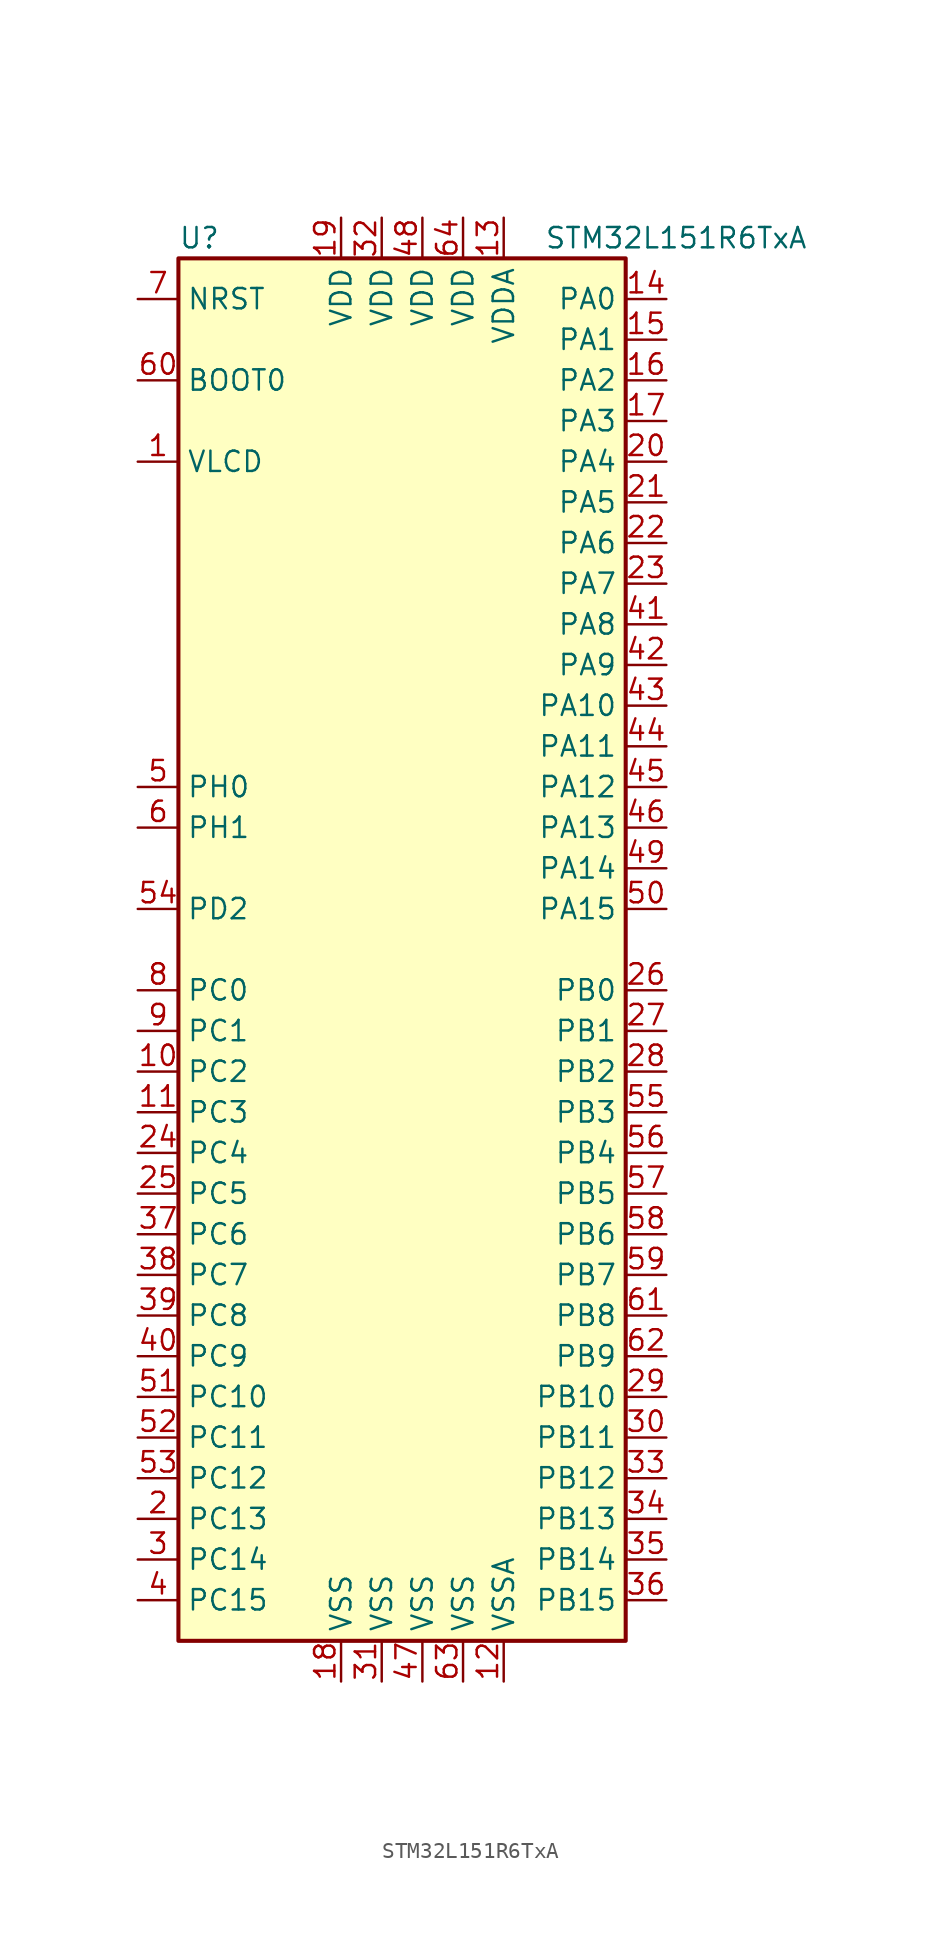
<source format=kicad_sym>
(kicad_symbol_lib
  (version 20201005)
  (generator kicad_symbol_editor)
  (symbol "STM32L151R6TxA"
    (property "Reference" "U"
      (at -15.24 44.45 0)
      (effects (font (size 1.27 1.27)) (justify left)))
    (property "Value" "STM32L151R6TxA"
      (at 7.62 44.45 0)
      (effects (font (size 1.27 1.27)) (justify left)))
    (symbol "STM32L151R6TxA_0_1"
      (rectangle (start -15.24 -43.18) (end 12.7 43.18) (stroke (width 0.254)) (fill (type background))))
    (symbol "STM32L151R6TxA_1_1"
      (pin power_in line (at -17.78 30.48 0) (length 2.54) (name "VLCD" (effects (font (size 1.27 1.27)))) (number "1" (effects (font (size 1.27 1.27)))))
      (pin bidirectional line (at -17.78 -7.62 0) (length 2.54) (name "PC2" (effects (font (size 1.27 1.27)))) (number "10" (effects (font (size 1.27 1.27)))))
      (pin bidirectional line (at -17.78 -10.16 0) (length 2.54) (name "PC3" (effects (font (size 1.27 1.27)))) (number "11" (effects (font (size 1.27 1.27)))))
      (pin power_in line (at 5.08 -45.72 90) (length 2.54) (name "VSSA" (effects (font (size 1.27 1.27)))) (number "12" (effects (font (size 1.27 1.27)))))
      (pin power_in line (at 5.08 45.72 270) (length 2.54) (name "VDDA" (effects (font (size 1.27 1.27)))) (number "13" (effects (font (size 1.27 1.27)))))
      (pin bidirectional line (at 15.24 40.64 180) (length 2.54) (name "PA0" (effects (font (size 1.27 1.27)))) (number "14" (effects (font (size 1.27 1.27)))))
      (pin bidirectional line (at 15.24 38.1 180) (length 2.54) (name "PA1" (effects (font (size 1.27 1.27)))) (number "15" (effects (font (size 1.27 1.27)))))
      (pin bidirectional line (at 15.24 35.56 180) (length 2.54) (name "PA2" (effects (font (size 1.27 1.27)))) (number "16" (effects (font (size 1.27 1.27)))))
      (pin bidirectional line (at 15.24 33.02 180) (length 2.54) (name "PA3" (effects (font (size 1.27 1.27)))) (number "17" (effects (font (size 1.27 1.27)))))
      (pin power_in line (at -5.08 -45.72 90) (length 2.54) (name "VSS" (effects (font (size 1.27 1.27)))) (number "18" (effects (font (size 1.27 1.27)))))
      (pin power_in line (at -5.08 45.72 270) (length 2.54) (name "VDD" (effects (font (size 1.27 1.27)))) (number "19" (effects (font (size 1.27 1.27)))))
      (pin bidirectional line (at -17.78 -35.56 0) (length 2.54) (name "PC13" (effects (font (size 1.27 1.27)))) (number "2" (effects (font (size 1.27 1.27)))))
      (pin bidirectional line (at 15.24 30.48 180) (length 2.54) (name "PA4" (effects (font (size 1.27 1.27)))) (number "20" (effects (font (size 1.27 1.27)))))
      (pin bidirectional line (at 15.24 27.94 180) (length 2.54) (name "PA5" (effects (font (size 1.27 1.27)))) (number "21" (effects (font (size 1.27 1.27)))))
      (pin bidirectional line (at 15.24 25.4 180) (length 2.54) (name "PA6" (effects (font (size 1.27 1.27)))) (number "22" (effects (font (size 1.27 1.27)))))
      (pin bidirectional line (at 15.24 22.86 180) (length 2.54) (name "PA7" (effects (font (size 1.27 1.27)))) (number "23" (effects (font (size 1.27 1.27)))))
      (pin bidirectional line (at -17.78 -12.7 0) (length 2.54) (name "PC4" (effects (font (size 1.27 1.27)))) (number "24" (effects (font (size 1.27 1.27)))))
      (pin bidirectional line (at -17.78 -15.24 0) (length 2.54) (name "PC5" (effects (font (size 1.27 1.27)))) (number "25" (effects (font (size 1.27 1.27)))))
      (pin bidirectional line (at 15.24 -2.54 180) (length 2.54) (name "PB0" (effects (font (size 1.27 1.27)))) (number "26" (effects (font (size 1.27 1.27)))))
      (pin bidirectional line (at 15.24 -5.08 180) (length 2.54) (name "PB1" (effects (font (size 1.27 1.27)))) (number "27" (effects (font (size 1.27 1.27)))))
      (pin bidirectional line (at 15.24 -7.62 180) (length 2.54) (name "PB2" (effects (font (size 1.27 1.27)))) (number "28" (effects (font (size 1.27 1.27)))))
      (pin bidirectional line (at 15.24 -27.94 180) (length 2.54) (name "PB10" (effects (font (size 1.27 1.27)))) (number "29" (effects (font (size 1.27 1.27)))))
      (pin bidirectional line (at -17.78 -38.1 0) (length 2.54) (name "PC14" (effects (font (size 1.27 1.27)))) (number "3" (effects (font (size 1.27 1.27)))))
      (pin bidirectional line (at 15.24 -30.48 180) (length 2.54) (name "PB11" (effects (font (size 1.27 1.27)))) (number "30" (effects (font (size 1.27 1.27)))))
      (pin power_in line (at -2.54 -45.72 90) (length 2.54) (name "VSS" (effects (font (size 1.27 1.27)))) (number "31" (effects (font (size 1.27 1.27)))))
      (pin power_in line (at -2.54 45.72 270) (length 2.54) (name "VDD" (effects (font (size 1.27 1.27)))) (number "32" (effects (font (size 1.27 1.27)))))
      (pin bidirectional line (at 15.24 -33.02 180) (length 2.54) (name "PB12" (effects (font (size 1.27 1.27)))) (number "33" (effects (font (size 1.27 1.27)))))
      (pin bidirectional line (at 15.24 -35.56 180) (length 2.54) (name "PB13" (effects (font (size 1.27 1.27)))) (number "34" (effects (font (size 1.27 1.27)))))
      (pin bidirectional line (at 15.24 -38.1 180) (length 2.54) (name "PB14" (effects (font (size 1.27 1.27)))) (number "35" (effects (font (size 1.27 1.27)))))
      (pin bidirectional line (at 15.24 -40.64 180) (length 2.54) (name "PB15" (effects (font (size 1.27 1.27)))) (number "36" (effects (font (size 1.27 1.27)))))
      (pin bidirectional line (at -17.78 -17.78 0) (length 2.54) (name "PC6" (effects (font (size 1.27 1.27)))) (number "37" (effects (font (size 1.27 1.27)))))
      (pin bidirectional line (at -17.78 -20.32 0) (length 2.54) (name "PC7" (effects (font (size 1.27 1.27)))) (number "38" (effects (font (size 1.27 1.27)))))
      (pin bidirectional line (at -17.78 -22.86 0) (length 2.54) (name "PC8" (effects (font (size 1.27 1.27)))) (number "39" (effects (font (size 1.27 1.27)))))
      (pin bidirectional line (at -17.78 -40.64 0) (length 2.54) (name "PC15" (effects (font (size 1.27 1.27)))) (number "4" (effects (font (size 1.27 1.27)))))
      (pin bidirectional line (at -17.78 -25.4 0) (length 2.54) (name "PC9" (effects (font (size 1.27 1.27)))) (number "40" (effects (font (size 1.27 1.27)))))
      (pin bidirectional line (at 15.24 20.32 180) (length 2.54) (name "PA8" (effects (font (size 1.27 1.27)))) (number "41" (effects (font (size 1.27 1.27)))))
      (pin bidirectional line (at 15.24 17.78 180) (length 2.54) (name "PA9" (effects (font (size 1.27 1.27)))) (number "42" (effects (font (size 1.27 1.27)))))
      (pin bidirectional line (at 15.24 15.24 180) (length 2.54) (name "PA10" (effects (font (size 1.27 1.27)))) (number "43" (effects (font (size 1.27 1.27)))))
      (pin bidirectional line (at 15.24 12.7 180) (length 2.54) (name "PA11" (effects (font (size 1.27 1.27)))) (number "44" (effects (font (size 1.27 1.27)))))
      (pin bidirectional line (at 15.24 10.16 180) (length 2.54) (name "PA12" (effects (font (size 1.27 1.27)))) (number "45" (effects (font (size 1.27 1.27)))))
      (pin bidirectional line (at 15.24 7.62 180) (length 2.54) (name "PA13" (effects (font (size 1.27 1.27)))) (number "46" (effects (font (size 1.27 1.27)))))
      (pin power_in line (at 0 -45.72 90) (length 2.54) (name "VSS" (effects (font (size 1.27 1.27)))) (number "47" (effects (font (size 1.27 1.27)))))
      (pin power_in line (at 0 45.72 270) (length 2.54) (name "VDD" (effects (font (size 1.27 1.27)))) (number "48" (effects (font (size 1.27 1.27)))))
      (pin bidirectional line (at 15.24 5.08 180) (length 2.54) (name "PA14" (effects (font (size 1.27 1.27)))) (number "49" (effects (font (size 1.27 1.27)))))
      (pin input line (at -17.78 10.16 0) (length 2.54) (name "PH0" (effects (font (size 1.27 1.27)))) (number "5" (effects (font (size 1.27 1.27)))))
      (pin bidirectional line (at 15.24 2.54 180) (length 2.54) (name "PA15" (effects (font (size 1.27 1.27)))) (number "50" (effects (font (size 1.27 1.27)))))
      (pin bidirectional line (at -17.78 -27.94 0) (length 2.54) (name "PC10" (effects (font (size 1.27 1.27)))) (number "51" (effects (font (size 1.27 1.27)))))
      (pin bidirectional line (at -17.78 -30.48 0) (length 2.54) (name "PC11" (effects (font (size 1.27 1.27)))) (number "52" (effects (font (size 1.27 1.27)))))
      (pin bidirectional line (at -17.78 -33.02 0) (length 2.54) (name "PC12" (effects (font (size 1.27 1.27)))) (number "53" (effects (font (size 1.27 1.27)))))
      (pin bidirectional line (at -17.78 2.54 0) (length 2.54) (name "PD2" (effects (font (size 1.27 1.27)))) (number "54" (effects (font (size 1.27 1.27)))))
      (pin bidirectional line (at 15.24 -10.16 180) (length 2.54) (name "PB3" (effects (font (size 1.27 1.27)))) (number "55" (effects (font (size 1.27 1.27)))))
      (pin bidirectional line (at 15.24 -12.7 180) (length 2.54) (name "PB4" (effects (font (size 1.27 1.27)))) (number "56" (effects (font (size 1.27 1.27)))))
      (pin bidirectional line (at 15.24 -15.24 180) (length 2.54) (name "PB5" (effects (font (size 1.27 1.27)))) (number "57" (effects (font (size 1.27 1.27)))))
      (pin bidirectional line (at 15.24 -17.78 180) (length 2.54) (name "PB6" (effects (font (size 1.27 1.27)))) (number "58" (effects (font (size 1.27 1.27)))))
      (pin bidirectional line (at 15.24 -20.32 180) (length 2.54) (name "PB7" (effects (font (size 1.27 1.27)))) (number "59" (effects (font (size 1.27 1.27)))))
      (pin input line (at -17.78 7.62 0) (length 2.54) (name "PH1" (effects (font (size 1.27 1.27)))) (number "6" (effects (font (size 1.27 1.27)))))
      (pin input line (at -17.78 35.56 0) (length 2.54) (name "BOOT0" (effects (font (size 1.27 1.27)))) (number "60" (effects (font (size 1.27 1.27)))))
      (pin bidirectional line (at 15.24 -22.86 180) (length 2.54) (name "PB8" (effects (font (size 1.27 1.27)))) (number "61" (effects (font (size 1.27 1.27)))))
      (pin bidirectional line (at 15.24 -25.4 180) (length 2.54) (name "PB9" (effects (font (size 1.27 1.27)))) (number "62" (effects (font (size 1.27 1.27)))))
      (pin power_in line (at 2.54 -45.72 90) (length 2.54) (name "VSS" (effects (font (size 1.27 1.27)))) (number "63" (effects (font (size 1.27 1.27)))))
      (pin power_in line (at 2.54 45.72 270) (length 2.54) (name "VDD" (effects (font (size 1.27 1.27)))) (number "64" (effects (font (size 1.27 1.27)))))
      (pin input line (at -17.78 40.64 0) (length 2.54) (name "NRST" (effects (font (size 1.27 1.27)))) (number "7" (effects (font (size 1.27 1.27)))))
      (pin bidirectional line (at -17.78 -2.54 0) (length 2.54) (name "PC0" (effects (font (size 1.27 1.27)))) (number "8" (effects (font (size 1.27 1.27)))))
      (pin bidirectional line (at -17.78 -5.08 0) (length 2.54) (name "PC1" (effects (font (size 1.27 1.27)))) (number "9" (effects (font (size 1.27 1.27))))))))
</source>
